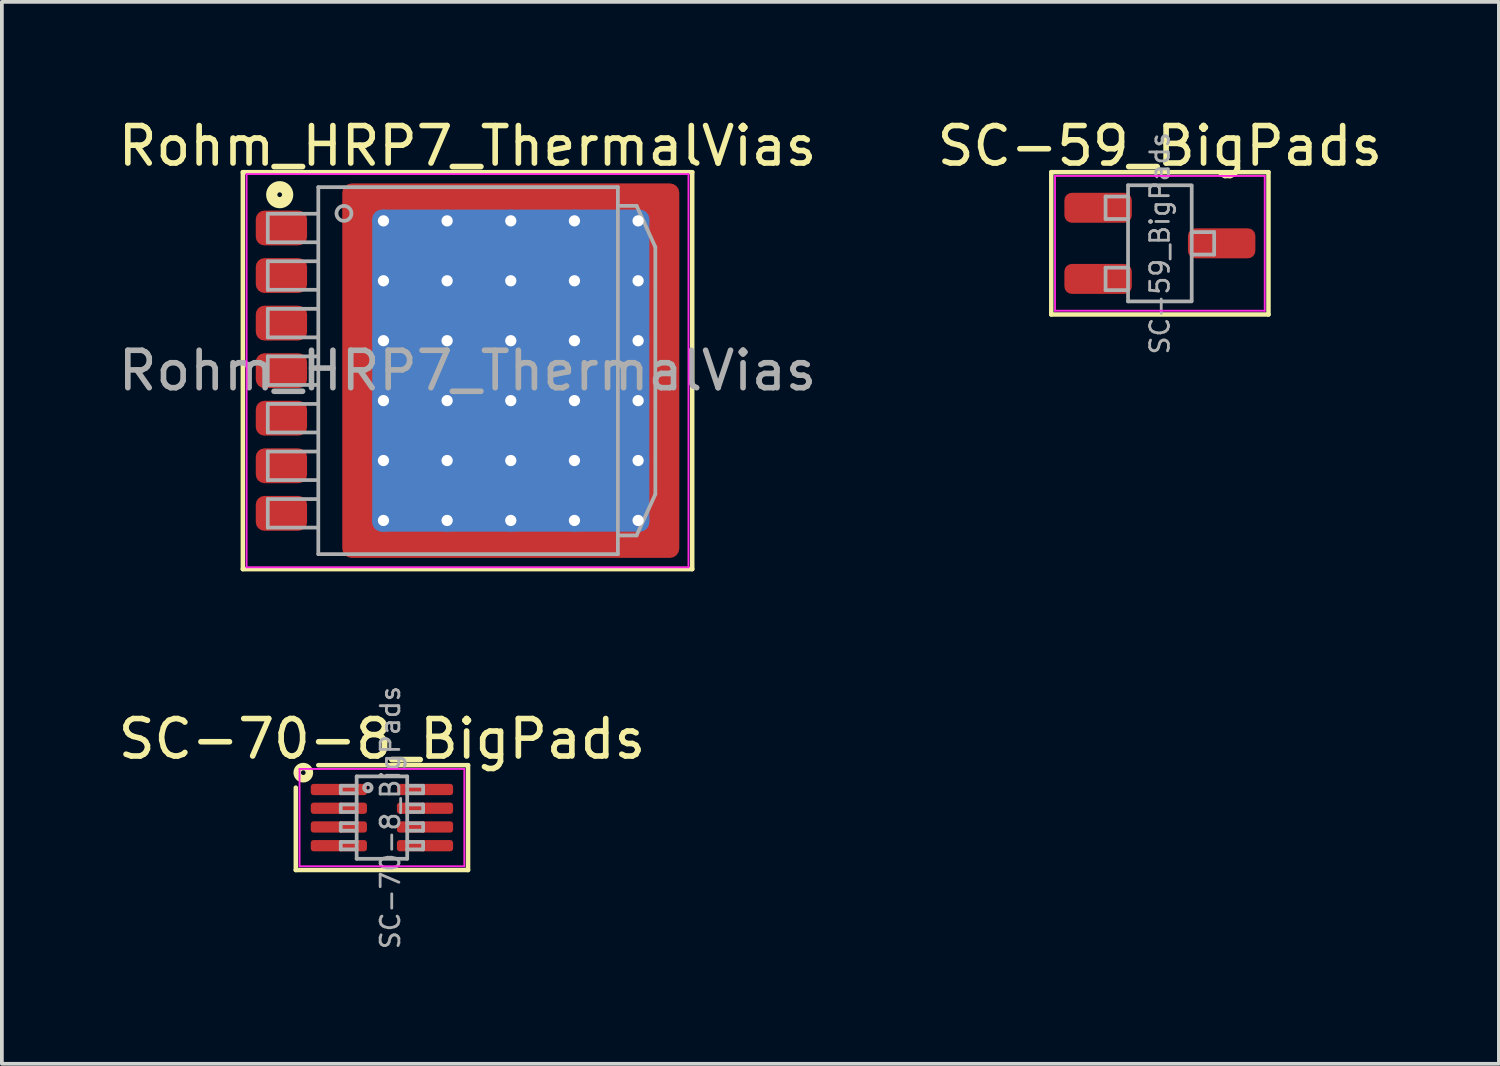
<source format=kicad_pcb>
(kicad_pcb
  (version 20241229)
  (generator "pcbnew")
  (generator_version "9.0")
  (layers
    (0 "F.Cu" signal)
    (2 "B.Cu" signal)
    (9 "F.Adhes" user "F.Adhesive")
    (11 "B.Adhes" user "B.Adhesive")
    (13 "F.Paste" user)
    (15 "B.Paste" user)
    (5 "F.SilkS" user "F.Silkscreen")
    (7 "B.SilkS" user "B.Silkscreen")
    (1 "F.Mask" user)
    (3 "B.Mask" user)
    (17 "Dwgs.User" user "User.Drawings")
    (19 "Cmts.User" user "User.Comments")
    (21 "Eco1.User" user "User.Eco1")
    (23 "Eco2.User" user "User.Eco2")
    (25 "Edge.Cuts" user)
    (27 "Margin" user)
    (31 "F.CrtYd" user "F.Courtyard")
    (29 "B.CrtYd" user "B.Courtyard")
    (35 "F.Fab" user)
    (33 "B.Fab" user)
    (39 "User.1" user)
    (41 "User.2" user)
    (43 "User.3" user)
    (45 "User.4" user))
  (footprint "Rohm_HRP7_ThermalVias"
    (layer "F.Cu")
    (at 9.435 6.848)
    (property "Reference" "Rohm_HRP7_ThermalVias" (at 0 -6 0) (layer "F.SilkS") (effects (font (size 1 1) (thickness 0.15))))
    (attr smd)
    (fp_line (start -6 -5.3) (end -6 5.3) (stroke (width 0.12) (type solid)) (layer "F.SilkS"))
    (fp_line (start -6 5.3) (end 6 5.3) (stroke (width 0.12) (type solid)) (layer "F.SilkS"))
    (fp_line (start 6 -5.3) (end -6 -5.3) (stroke (width 0.12) (type solid)) (layer "F.SilkS"))
    (fp_line (start 6 5.3) (end 6 -5.3) (stroke (width 0.12) (type solid)) (layer "F.SilkS"))
    (fp_circle (center -5.016 -4.699) (end -4.953 -4.699) (stroke (width 0.3) (type solid)) (fill no) (layer "F.SilkS"))
    (fp_line (start -5.9 -5.25) (end -5.9 5.25) (stroke (width 0.05) (type solid)) (layer "F.CrtYd"))
    (fp_line (start -5.9 -5.25) (end 5.9 -5.25) (stroke (width 0.05) (type solid)) (layer "F.CrtYd"))
    (fp_line (start 5.9 5.25) (end -5.9 5.25) (stroke (width 0.05) (type solid)) (layer "F.CrtYd"))
    (fp_line (start 5.9 5.25) (end 5.9 -5.25) (stroke (width 0.05) (type solid)) (layer "F.CrtYd"))
    (fp_line (start -5.334 -4.191) (end -5.334 -3.429) (stroke (width 0.1) (type solid)) (layer "F.Fab"))
    (fp_line (start -5.334 -4.191) (end -4 -4.191) (stroke (width 0.1) (type solid)) (layer "F.Fab"))
    (fp_line (start -5.334 -3.429) (end -4 -3.429) (stroke (width 0.1) (type solid)) (layer "F.Fab"))
    (fp_line (start -5.334 -2.921) (end -5.334 -2.159) (stroke (width 0.1) (type solid)) (layer "F.Fab"))
    (fp_line (start -5.334 -2.921) (end -4 -2.921) (stroke (width 0.1) (type solid)) (layer "F.Fab"))
    (fp_line (start -5.334 -2.159) (end -4 -2.159) (stroke (width 0.1) (type solid)) (layer "F.Fab"))
    (fp_line (start -5.334 -1.651) (end -5.334 -0.889) (stroke (width 0.1) (type solid)) (layer "F.Fab"))
    (fp_line (start -5.334 -1.651) (end -4 -1.651) (stroke (width 0.1) (type solid)) (layer "F.Fab"))
    (fp_line (start -5.334 -0.889) (end -4 -0.889) (stroke (width 0.1) (type solid)) (layer "F.Fab"))
    (fp_line (start -5.334 -0.381) (end -5.334 0.381) (stroke (width 0.1) (type solid)) (layer "F.Fab"))
    (fp_line (start -5.334 -0.381) (end -4 -0.381) (stroke (width 0.1) (type solid)) (layer "F.Fab"))
    (fp_line (start -5.334 0.381) (end -4 0.381) (stroke (width 0.1) (type solid)) (layer "F.Fab"))
    (fp_line (start -5.334 0.889) (end -5.334 1.651) (stroke (width 0.1) (type solid)) (layer "F.Fab"))
    (fp_line (start -5.334 0.889) (end -4 0.889) (stroke (width 0.1) (type solid)) (layer "F.Fab"))
    (fp_line (start -5.334 1.651) (end -4 1.651) (stroke (width 0.1) (type solid)) (layer "F.Fab"))
    (fp_line (start -5.334 2.159) (end -5.334 2.921) (stroke (width 0.1) (type solid)) (layer "F.Fab"))
    (fp_line (start -5.334 2.159) (end -4 2.159) (stroke (width 0.1) (type solid)) (layer "F.Fab"))
    (fp_line (start -5.334 2.921) (end -4 2.921) (stroke (width 0.1) (type solid)) (layer "F.Fab"))
    (fp_line (start -5.334 3.429) (end -5.334 4.191) (stroke (width 0.1) (type solid)) (layer "F.Fab"))
    (fp_line (start -5.334 3.429) (end -4 3.429) (stroke (width 0.1) (type solid)) (layer "F.Fab"))
    (fp_line (start -5.334 4.191) (end -4 4.191) (stroke (width 0.1) (type solid)) (layer "F.Fab"))
    (fp_line (start -3.985 -4.9) (end 4.015 -4.9) (stroke (width 0.1) (type solid)) (layer "F.Fab"))
    (fp_line (start -3.985 4.9) (end -3.985 -4.9) (stroke (width 0.1) (type solid)) (layer "F.Fab"))
    (fp_line (start 4.015 -4.9) (end 4.015 4.9) (stroke (width 0.1) (type solid)) (layer "F.Fab"))
    (fp_line (start 4.015 -4.4) (end 4.515 -4.4) (stroke (width 0.1) (type solid)) (layer "F.Fab"))
    (fp_line (start 4.015 4.9) (end -3.985 4.9) (stroke (width 0.1) (type solid)) (layer "F.Fab"))
    (fp_line (start 4.515 -4.4) (end 5.015 -3.3) (stroke (width 0.1) (type solid)) (layer "F.Fab"))
    (fp_line (start 4.515 4.4) (end 4.015 4.4) (stroke (width 0.1) (type solid)) (layer "F.Fab"))
    (fp_line (start 5.015 -3.3) (end 5.015 3.3) (stroke (width 0.1) (type solid)) (layer "F.Fab"))
    (fp_line (start 5.015 3.3) (end 4.515 4.4) (stroke (width 0.1) (type solid)) (layer "F.Fab"))
    (fp_circle (center -3.3 -4.2) (end -3.1 -4.2) (stroke (width 0.1) (type solid)) (fill no) (layer "F.Fab"))
    (fp_text user "${REFERENCE}" (at 0 0 0) (layer "F.Fab") (effects (font (size 1 1) (thickness 0.15))))
    (pad "" smd roundrect (at -2.82 -4.525 90) (size 0.75 0.85) (layers "F.Paste") (roundrect_rratio 0.25))
    (pad "" smd roundrect (at -2.82 -3.2 90) (size 1.3 0.85) (layers "F.Paste") (roundrect_rratio 0.25))
    (pad "" smd roundrect (at -2.82 -1.6 90) (size 1.3 0.85) (layers "F.Paste") (roundrect_rratio 0.25))
    (pad "" smd roundrect (at -2.82 0 90) (size 1.3 0.85) (layers "F.Paste") (roundrect_rratio 0.25))
    (pad "" smd roundrect (at -2.82 1.6 90) (size 1.3 0.85) (layers "F.Paste") (roundrect_rratio 0.25))
    (pad "" smd roundrect (at -2.82 3.2 90) (size 1.3 0.85) (layers "F.Paste") (roundrect_rratio 0.25))
    (pad "" smd roundrect (at -2.82 4.525 90) (size 0.75 0.85) (layers "F.Paste") (roundrect_rratio 0.25))
    (pad "" smd roundrect (at -1.395 -4.525) (size 1.4 0.75) (layers "F.Paste") (roundrect_rratio 0.25))
    (pad "" smd roundrect (at -1.395 -3.2) (size 1.4 1.3) (layers "F.Paste") (roundrect_rratio 0.192))
    (pad "" smd roundrect (at -1.395 -1.6) (size 1.4 1.3) (layers "F.Paste") (roundrect_rratio 0.192))
    (pad "" smd roundrect (at -1.395 0) (size 1.4 1.3) (layers "F.Paste") (roundrect_rratio 0.192))
    (pad "" smd roundrect (at -1.395 1.6) (size 1.4 1.3) (layers "F.Paste") (roundrect_rratio 0.192))
    (pad "" smd roundrect (at -1.395 3.2) (size 1.4 1.3) (layers "F.Paste") (roundrect_rratio 0.192))
    (pad "" smd roundrect (at -1.395 4.525) (size 1.4 0.75) (layers "F.Paste") (roundrect_rratio 0.25))
    (pad "" smd roundrect (at 0.305 -4.525) (size 1.4 0.75) (layers "F.Paste") (roundrect_rratio 0.25))
    (pad "" smd roundrect (at 0.305 -3.2) (size 1.4 1.3) (layers "F.Paste") (roundrect_rratio 0.192))
    (pad "" smd roundrect (at 0.305 -1.6) (size 1.4 1.3) (layers "F.Paste") (roundrect_rratio 0.192))
    (pad "" smd roundrect (at 0.305 0) (size 1.4 1.3) (layers "F.Paste") (roundrect_rratio 0.192))
    (pad "" smd roundrect (at 0.305 1.6) (size 1.4 1.3) (layers "F.Paste") (roundrect_rratio 0.192))
    (pad "" smd roundrect (at 0.305 3.2) (size 1.4 1.3) (layers "F.Paste") (roundrect_rratio 0.192))
    (pad "" smd roundrect (at 0.305 4.525) (size 1.4 0.75) (layers "F.Paste") (roundrect_rratio 0.25))
    (pad "" smd roundrect (at 2.005 -4.525) (size 1.4 0.75) (layers "F.Paste") (roundrect_rratio 0.25))
    (pad "" smd roundrect (at 2.005 -3.2) (size 1.4 1.3) (layers "F.Paste") (roundrect_rratio 0.192))
    (pad "" smd roundrect (at 2.005 -1.6) (size 1.4 1.3) (layers "F.Paste") (roundrect_rratio 0.192))
    (pad "" smd roundrect (at 2.005 0) (size 1.4 1.3) (layers "F.Paste") (roundrect_rratio 0.192))
    (pad "" smd roundrect (at 2.005 1.6) (size 1.4 1.3) (layers "F.Paste") (roundrect_rratio 0.192))
    (pad "" smd roundrect (at 2.005 3.2) (size 1.4 1.3) (layers "F.Paste") (roundrect_rratio 0.192))
    (pad "" smd roundrect (at 2.005 4.525) (size 1.4 0.75) (layers "F.Paste") (roundrect_rratio 0.25))
    (pad "" smd roundrect (at 3.705 -4.525) (size 1.4 0.75) (layers "F.Paste") (roundrect_rratio 0.25))
    (pad "" smd roundrect (at 3.705 -3.2) (size 1.4 1.3) (layers "F.Paste") (roundrect_rratio 0.192))
    (pad "" smd roundrect (at 3.705 -1.6) (size 1.4 1.3) (layers "F.Paste") (roundrect_rratio 0.192))
    (pad "" smd roundrect (at 3.705 0) (size 1.4 1.3) (layers "F.Paste") (roundrect_rratio 0.192))
    (pad "" smd roundrect (at 3.705 1.6) (size 1.4 1.3) (layers "F.Paste") (roundrect_rratio 0.192))
    (pad "" smd roundrect (at 3.705 3.2) (size 1.4 1.3) (layers "F.Paste") (roundrect_rratio 0.192))
    (pad "" smd roundrect (at 3.705 4.525) (size 1.4 0.75) (layers "F.Paste") (roundrect_rratio 0.25))
    (pad "" smd roundrect (at 5.13 -4.525 90) (size 0.75 0.85) (layers "F.Paste") (roundrect_rratio 0.25))
    (pad "" smd roundrect (at 5.13 -3.2 90) (size 1.3 0.85) (layers "F.Paste") (roundrect_rratio 0.25))
    (pad "" smd roundrect (at 5.13 -1.6 90) (size 1.3 0.85) (layers "F.Paste") (roundrect_rratio 0.25))
    (pad "" smd roundrect (at 5.13 0 90) (size 1.3 0.85) (layers "F.Paste") (roundrect_rratio 0.25))
    (pad "" smd roundrect (at 5.13 1.6 90) (size 1.3 0.85) (layers "F.Paste") (roundrect_rratio 0.25))
    (pad "" smd roundrect (at 5.13 3.2 90) (size 1.3 0.85) (layers "F.Paste") (roundrect_rratio 0.25))
    (pad "" smd roundrect (at 5.13 4.525 90) (size 0.75 0.85) (layers "F.Paste") (roundrect_rratio 0.25))
    (pad "1" smd roundrect (at -4.97 -3.81) (size 1.37 0.93) (layers "F.Cu" "F.Mask" "F.Paste") (roundrect_rratio 0.25))
    (pad "2" smd roundrect (at -4.97 -2.54) (size 1.37 0.93) (layers "F.Cu" "F.Mask" "F.Paste") (roundrect_rratio 0.25))
    (pad "3" smd roundrect (at -4.97 -1.27) (size 1.37 0.93) (layers "F.Cu" "F.Mask" "F.Paste") (roundrect_rratio 0.25))
    (pad "4" smd roundrect (at -4.97 0) (size 1.37 0.93) (layers "F.Cu" "F.Mask" "F.Paste") (roundrect_rratio 0.25))
    (pad "4" thru_hole circle (at -2.245 -4) (size 0.6 0.6) (drill 0.3) (layers "*.Cu"))
    (pad "4" thru_hole circle (at -2.245 -2.4) (size 0.6 0.6) (drill 0.3) (layers "*.Cu"))
    (pad "4" thru_hole circle (at -2.245 -0.8) (size 0.6 0.6) (drill 0.3) (layers "*.Cu"))
    (pad "4" thru_hole circle (at -2.245 0.8) (size 0.6 0.6) (drill 0.3) (layers "*.Cu"))
    (pad "4" thru_hole circle (at -2.245 2.4) (size 0.6 0.6) (drill 0.3) (layers "*.Cu"))
    (pad "4" thru_hole circle (at -2.245 4) (size 0.6 0.6) (drill 0.3) (layers "*.Cu"))
    (pad "4" thru_hole circle (at -0.545 -4) (size 0.6 0.6) (drill 0.3) (layers "*.Cu"))
    (pad "4" thru_hole circle (at -0.545 -2.4) (size 0.6 0.6) (drill 0.3) (layers "*.Cu"))
    (pad "4" thru_hole circle (at -0.545 -0.8) (size 0.6 0.6) (drill 0.3) (layers "*.Cu"))
    (pad "4" thru_hole circle (at -0.545 0.8) (size 0.6 0.6) (drill 0.3) (layers "*.Cu"))
    (pad "4" thru_hole circle (at -0.545 2.4) (size 0.6 0.6) (drill 0.3) (layers "*.Cu"))
    (pad "4" thru_hole circle (at -0.545 4) (size 0.6 0.6) (drill 0.3) (layers "*.Cu"))
    (pad "4" thru_hole circle (at 1.155 -4) (size 0.6 0.6) (drill 0.3) (layers "*.Cu"))
    (pad "4" thru_hole circle (at 1.155 -2.4) (size 0.6 0.6) (drill 0.3) (layers "*.Cu"))
    (pad "4" thru_hole circle (at 1.155 -0.8) (size 0.6 0.6) (drill 0.3) (layers "*.Cu"))
    (pad "4" smd roundrect (at 1.155 0) (size 7.4 8.6) (layers "B.Cu" "B.Mask") (roundrect_rratio 0.034))
    (pad "4" smd roundrect (at 1.155 0) (size 9 10) (layers "F.Cu" "F.Mask") (roundrect_rratio 0.028))
    (pad "4" thru_hole circle (at 1.155 0.8) (size 0.6 0.6) (drill 0.3) (layers "*.Cu"))
    (pad "4" thru_hole circle (at 1.155 2.4) (size 0.6 0.6) (drill 0.3) (layers "*.Cu"))
    (pad "4" thru_hole circle (at 1.155 4) (size 0.6 0.6) (drill 0.3) (layers "*.Cu"))
    (pad "4" thru_hole circle (at 2.855 -4) (size 0.6 0.6) (drill 0.3) (layers "*.Cu"))
    (pad "4" thru_hole circle (at 2.855 -2.4) (size 0.6 0.6) (drill 0.3) (layers "*.Cu"))
    (pad "4" thru_hole circle (at 2.855 -0.8) (size 0.6 0.6) (drill 0.3) (layers "*.Cu"))
    (pad "4" thru_hole circle (at 2.855 0.8) (size 0.6 0.6) (drill 0.3) (layers "*.Cu"))
    (pad "4" thru_hole circle (at 2.855 2.4) (size 0.6 0.6) (drill 0.3) (layers "*.Cu"))
    (pad "4" thru_hole circle (at 2.855 4) (size 0.6 0.6) (drill 0.3) (layers "*.Cu"))
    (pad "4" thru_hole circle (at 4.555 -4) (size 0.6 0.6) (drill 0.3) (layers "*.Cu"))
    (pad "4" thru_hole circle (at 4.555 -2.4) (size 0.6 0.6) (drill 0.3) (layers "*.Cu"))
    (pad "4" thru_hole circle (at 4.555 -0.8) (size 0.6 0.6) (drill 0.3) (layers "*.Cu"))
    (pad "4" thru_hole circle (at 4.555 0.8) (size 0.6 0.6) (drill 0.3) (layers "*.Cu"))
    (pad "4" thru_hole circle (at 4.555 2.4) (size 0.6 0.6) (drill 0.3) (layers "*.Cu"))
    (pad "4" thru_hole circle (at 4.555 4) (size 0.6 0.6) (drill 0.3) (layers "*.Cu"))
    (pad "5" smd roundrect (at -4.97 1.27) (size 1.37 0.93) (layers "F.Cu" "F.Mask" "F.Paste") (roundrect_rratio 0.25))
    (pad "6" smd roundrect (at -4.97 2.54) (size 1.37 0.93) (layers "F.Cu" "F.Mask" "F.Paste") (roundrect_rratio 0.25))
    (pad "7" smd roundrect (at -4.97 3.81) (size 1.37 0.93) (layers "F.Cu" "F.Mask" "F.Paste") (roundrect_rratio 0.25)))
  (footprint "SC-59_BigPads"
    (layer "F.Cu")
    (at 27.923 3.448)
    (property "Reference" "SC-59_BigPads" (at 0 -2.6 0) (layer "F.SilkS") (effects (font (size 1 1) (thickness 0.15))))
    (attr smd)
    (fp_line (start -2.9 -1.9) (end -2.9 1.9) (stroke (width 0.12) (type solid)) (layer "F.SilkS"))
    (fp_line (start -2.9 1.9) (end 2.9 1.9) (stroke (width 0.12) (type solid)) (layer "F.SilkS"))
    (fp_line (start 2.9 -1.9) (end -2.9 -1.9) (stroke (width 0.12) (type solid)) (layer "F.SilkS"))
    (fp_line (start 2.9 1.9) (end 2.9 -1.9) (stroke (width 0.12) (type solid)) (layer "F.SilkS"))
    (fp_line (start -2.8 -1.8) (end -2.8 1.8) (stroke (width 0.05) (type solid)) (layer "F.CrtYd"))
    (fp_line (start -2.8 -1.8) (end 2.8 -1.8) (stroke (width 0.05) (type solid)) (layer "F.CrtYd"))
    (fp_line (start 2.8 1.8) (end -2.8 1.8) (stroke (width 0.05) (type solid)) (layer "F.CrtYd"))
    (fp_line (start 2.8 1.8) (end 2.8 -1.8) (stroke (width 0.05) (type solid)) (layer "F.CrtYd"))
    (fp_line (start -1.45 -1.25) (end -1.45 -0.65) (stroke (width 0.1) (type solid)) (layer "F.Fab"))
    (fp_line (start -1.45 -1.25) (end -0.85 -1.25) (stroke (width 0.1) (type solid)) (layer "F.Fab"))
    (fp_line (start -1.45 -0.65) (end -0.85 -0.65) (stroke (width 0.1) (type solid)) (layer "F.Fab"))
    (fp_line (start -1.45 0.65) (end -1.45 1.25) (stroke (width 0.1) (type solid)) (layer "F.Fab"))
    (fp_line (start -1.45 0.65) (end -0.85 0.65) (stroke (width 0.1) (type solid)) (layer "F.Fab"))
    (fp_line (start -1.45 1.25) (end -0.85 1.25) (stroke (width 0.1) (type solid)) (layer "F.Fab"))
    (fp_line (start -0.85 -1.55) (end 0.85 -1.55) (stroke (width 0.1) (type solid)) (layer "F.Fab"))
    (fp_line (start -0.85 1.55) (end -0.85 -1.55) (stroke (width 0.1) (type solid)) (layer "F.Fab"))
    (fp_line (start -0.85 1.55) (end 0.85 1.55) (stroke (width 0.1) (type solid)) (layer "F.Fab"))
    (fp_line (start 0.85 -1.52) (end 0.85 1.52) (stroke (width 0.1) (type solid)) (layer "F.Fab"))
    (fp_line (start 1.45 -0.3) (end 0.85 -0.3) (stroke (width 0.1) (type solid)) (layer "F.Fab"))
    (fp_line (start 1.45 0.3) (end 0.85 0.3) (stroke (width 0.1) (type solid)) (layer "F.Fab"))
    (fp_line (start 1.45 0.3) (end 1.45 -0.3) (stroke (width 0.1) (type solid)) (layer "F.Fab"))
    (fp_text user "${REFERENCE}" (at 0 0 90) (layer "F.Fab") (effects (font (size 0.5 0.5) (thickness 0.075))))
    (pad "1" smd roundrect (at -1.65 -0.95) (size 1.8 0.8) (layers "F.Cu" "F.Mask" "F.Paste") (roundrect_rratio 0.25))
    (pad "2" smd roundrect (at -1.65 0.95) (size 1.8 0.8) (layers "F.Cu" "F.Mask" "F.Paste") (roundrect_rratio 0.25))
    (pad "3" smd roundrect (at 1.65 0) (size 1.8 0.8) (layers "F.Cu" "F.Mask" "F.Paste") (roundrect_rratio 0.25)))
  (footprint "SC-70-8_BigPads"
    (layer "F.Cu")
    (at 7.149 18.783)
    (property "Reference" "SC-70-8_BigPads" (at 0 -2.1 0) (layer "F.SilkS") (effects (font (size 1 1) (thickness 0.15))))
    (attr smd)
    (fp_line (start -2.3 -0.8) (end -2.3 1.4) (stroke (width 0.12) (type solid)) (layer "F.SilkS"))
    (fp_line (start -2.3 1.4) (end 2.3 1.4) (stroke (width 0.12) (type solid)) (layer "F.SilkS"))
    (fp_line (start 2.3 -1.4) (end -1.7 -1.4) (stroke (width 0.12) (type solid)) (layer "F.SilkS"))
    (fp_line (start 2.3 1.4) (end 2.3 -1.4) (stroke (width 0.12) (type solid)) (layer "F.SilkS"))
    (fp_circle (center -2.1 -1.2) (end -2.037 -1.2) (stroke (width 0.2) (type solid)) (fill no) (layer "F.SilkS"))
    (fp_line (start -2.2 -1.3) (end 2.2 -1.3) (stroke (width 0.05) (type solid)) (layer "F.CrtYd"))
    (fp_line (start -2.2 1.3) (end -2.2 -1.3) (stroke (width 0.05) (type solid)) (layer "F.CrtYd"))
    (fp_line (start 2.2 -1.3) (end 2.2 1.3) (stroke (width 0.05) (type solid)) (layer "F.CrtYd"))
    (fp_line (start 2.2 1.3) (end -2.2 1.3) (stroke (width 0.05) (type solid)) (layer "F.CrtYd"))
    (fp_line (start -1.1 -0.85) (end -1.1 -0.65) (stroke (width 0.1) (type solid)) (layer "F.Fab"))
    (fp_line (start -1.1 -0.65) (end -0.675 -0.65) (stroke (width 0.1) (type solid)) (layer "F.Fab"))
    (fp_line (start -1.1 -0.35) (end -1.1 -0.15) (stroke (width 0.1) (type solid)) (layer "F.Fab"))
    (fp_line (start -1.1 -0.15) (end -0.675 -0.15) (stroke (width 0.1) (type solid)) (layer "F.Fab"))
    (fp_line (start -1.1 0.15) (end -1.1 0.35) (stroke (width 0.1) (type solid)) (layer "F.Fab"))
    (fp_line (start -1.1 0.35) (end -0.675 0.35) (stroke (width 0.1) (type solid)) (layer "F.Fab"))
    (fp_line (start -1.1 0.65) (end -1.1 0.85) (stroke (width 0.1) (type solid)) (layer "F.Fab"))
    (fp_line (start -1.1 0.85) (end -0.675 0.85) (stroke (width 0.1) (type solid)) (layer "F.Fab"))
    (fp_line (start -0.675 -1.1) (end -0.675 1.1) (stroke (width 0.1) (type solid)) (layer "F.Fab"))
    (fp_line (start -0.675 -0.85) (end -1.1 -0.85) (stroke (width 0.1) (type solid)) (layer "F.Fab"))
    (fp_line (start -0.675 -0.35) (end -1.1 -0.35) (stroke (width 0.1) (type solid)) (layer "F.Fab"))
    (fp_line (start -0.675 0.15) (end -1.1 0.15) (stroke (width 0.1) (type solid)) (layer "F.Fab"))
    (fp_line (start -0.675 0.65) (end -1.1 0.65) (stroke (width 0.1) (type solid)) (layer "F.Fab"))
    (fp_line (start 0.675 -1.1) (end -0.675 -1.1) (stroke (width 0.1) (type solid)) (layer "F.Fab"))
    (fp_line (start 0.675 -1.1) (end 0.675 1.1) (stroke (width 0.1) (type solid)) (layer "F.Fab"))
    (fp_line (start 0.675 -0.65) (end 1.1 -0.65) (stroke (width 0.1) (type solid)) (layer "F.Fab"))
    (fp_line (start 0.675 -0.15) (end 1.1 -0.15) (stroke (width 0.1) (type solid)) (layer "F.Fab"))
    (fp_line (start 0.675 0.35) (end 1.1 0.35) (stroke (width 0.1) (type solid)) (layer "F.Fab"))
    (fp_line (start 0.675 0.85) (end 1.1 0.85) (stroke (width 0.1) (type solid)) (layer "F.Fab"))
    (fp_line (start 0.675 1.1) (end -0.675 1.1) (stroke (width 0.1) (type solid)) (layer "F.Fab"))
    (fp_line (start 1.1 -0.85) (end 0.675 -0.85) (stroke (width 0.1) (type solid)) (layer "F.Fab"))
    (fp_line (start 1.1 -0.65) (end 1.1 -0.85) (stroke (width 0.1) (type solid)) (layer "F.Fab"))
    (fp_line (start 1.1 -0.35) (end 0.675 -0.35) (stroke (width 0.1) (type solid)) (layer "F.Fab"))
    (fp_line (start 1.1 -0.15) (end 1.1 -0.35) (stroke (width 0.1) (type solid)) (layer "F.Fab"))
    (fp_line (start 1.1 0.15) (end 0.675 0.15) (stroke (width 0.1) (type solid)) (layer "F.Fab"))
    (fp_line (start 1.1 0.35) (end 1.1 0.15) (stroke (width 0.1) (type solid)) (layer "F.Fab"))
    (fp_line (start 1.1 0.65) (end 0.675 0.65) (stroke (width 0.1) (type solid)) (layer "F.Fab"))
    (fp_line (start 1.1 0.85) (end 1.1 0.65) (stroke (width 0.1) (type solid)) (layer "F.Fab"))
    (fp_circle (center -0.375 -0.8) (end -0.275 -0.8) (stroke (width 0.1) (type solid)) (fill no) (layer "F.Fab"))
    (fp_text user "${REFERENCE}" (at 0.225 0 90) (layer "F.Fab") (effects (font (size 0.5 0.5) (thickness 0.075))))
    (pad "1" smd roundrect (at -1.15 -0.75 270) (size 0.3 1.5) (layers "F.Cu" "F.Mask" "F.Paste") (roundrect_rratio 0.25))
    (pad "2" smd roundrect (at -1.15 -0.25 270) (size 0.3 1.5) (layers "F.Cu" "F.Mask" "F.Paste") (roundrect_rratio 0.25))
    (pad "3" smd roundrect (at -1.15 0.25 270) (size 0.3 1.5) (layers "F.Cu" "F.Mask" "F.Paste") (roundrect_rratio 0.25))
    (pad "4" smd roundrect (at -1.15 0.75 270) (size 0.3 1.5) (layers "F.Cu" "F.Mask" "F.Paste") (roundrect_rratio 0.25))
    (pad "5" smd roundrect (at 1.15 0.75 270) (size 0.3 1.5) (layers "F.Cu" "F.Mask" "F.Paste") (roundrect_rratio 0.25))
    (pad "6" smd roundrect (at 1.15 0.25 270) (size 0.3 1.5) (layers "F.Cu" "F.Mask" "F.Paste") (roundrect_rratio 0.25))
    (pad "7" smd roundrect (at 1.15 -0.25 270) (size 0.3 1.5) (layers "F.Cu" "F.Mask" "F.Paste") (roundrect_rratio 0.25))
    (pad "8" smd roundrect (at 1.15 -0.75 270) (size 0.3 1.5) (layers "F.Cu" "F.Mask" "F.Paste") (roundrect_rratio 0.25)))
  (gr_rect
    (start -3 -3)
    (end 36.976 25.357)
    (stroke (width 0.1) (type default))
    (fill no)
    (layer "Edge.Cuts")))
</source>
